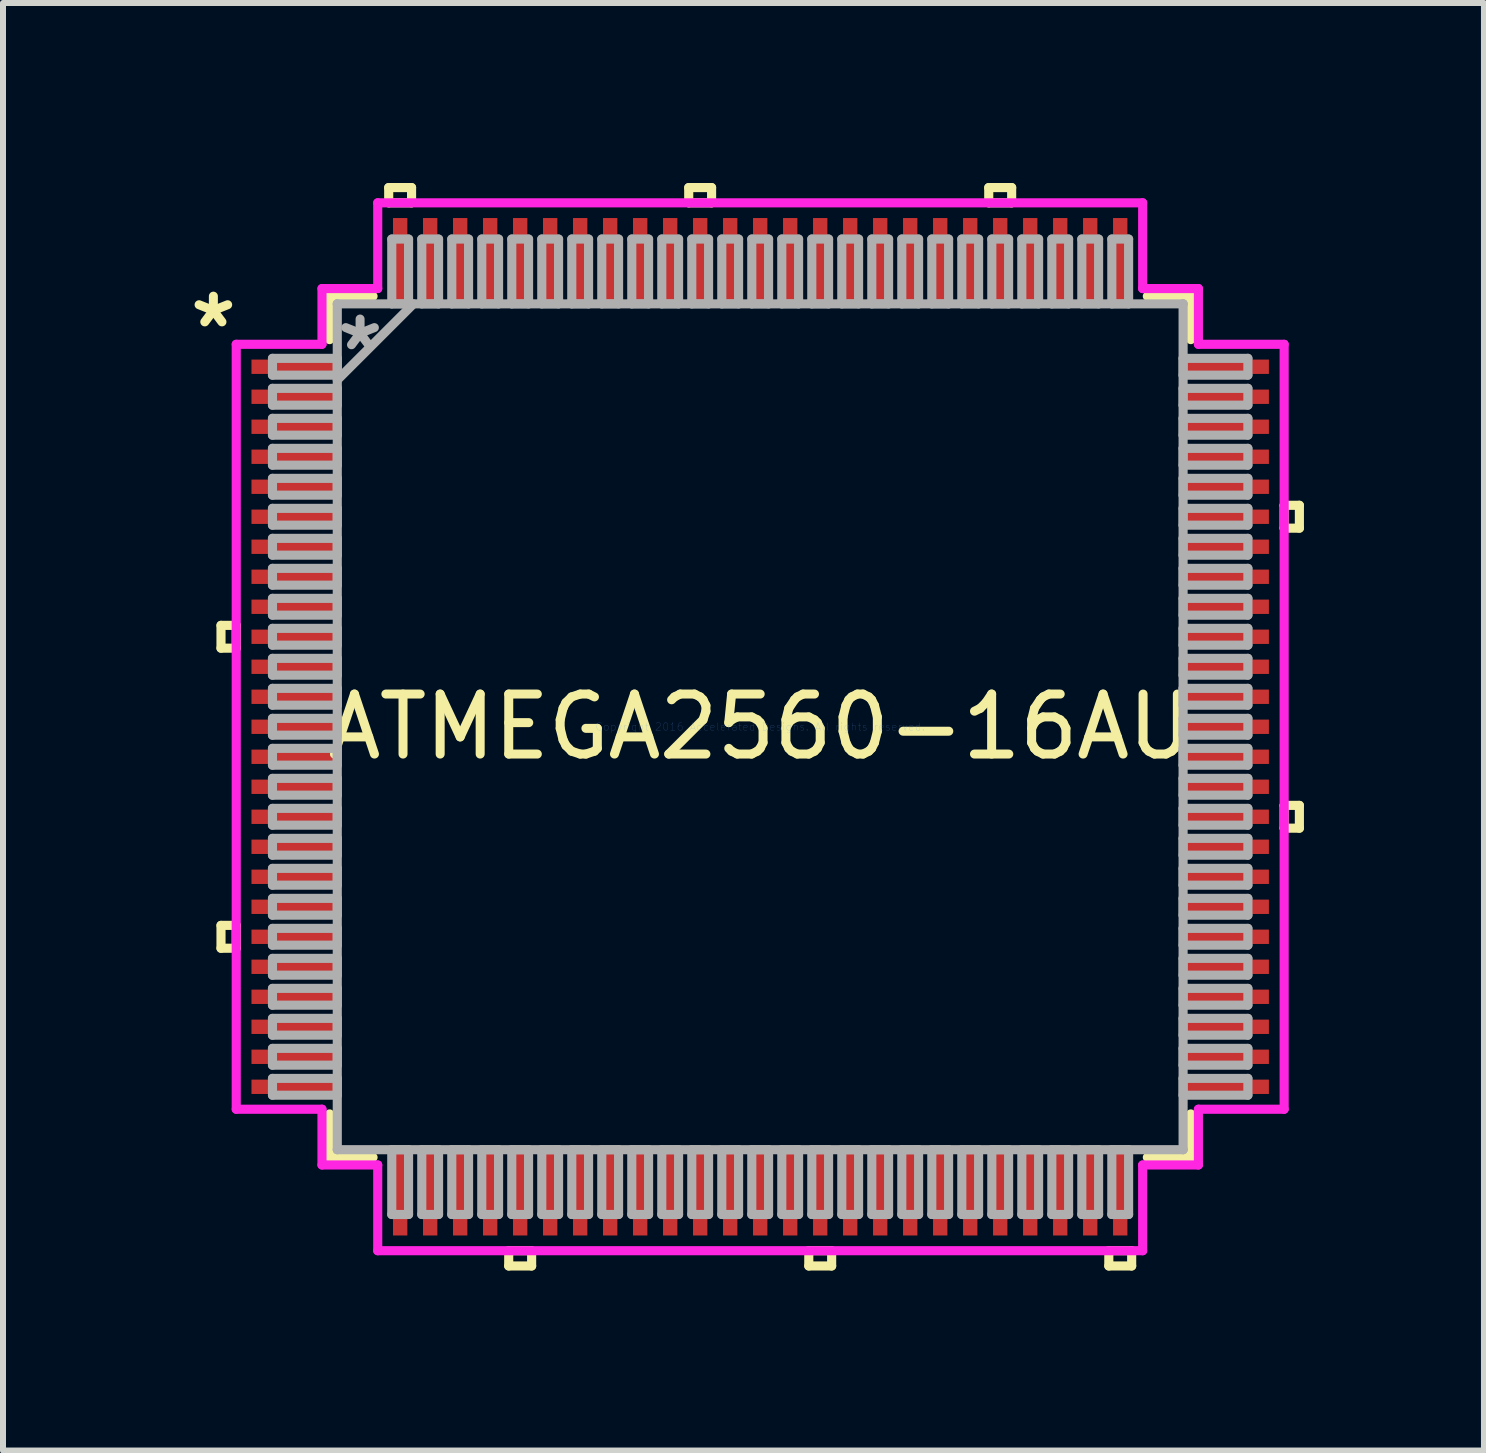
<source format=kicad_pcb>
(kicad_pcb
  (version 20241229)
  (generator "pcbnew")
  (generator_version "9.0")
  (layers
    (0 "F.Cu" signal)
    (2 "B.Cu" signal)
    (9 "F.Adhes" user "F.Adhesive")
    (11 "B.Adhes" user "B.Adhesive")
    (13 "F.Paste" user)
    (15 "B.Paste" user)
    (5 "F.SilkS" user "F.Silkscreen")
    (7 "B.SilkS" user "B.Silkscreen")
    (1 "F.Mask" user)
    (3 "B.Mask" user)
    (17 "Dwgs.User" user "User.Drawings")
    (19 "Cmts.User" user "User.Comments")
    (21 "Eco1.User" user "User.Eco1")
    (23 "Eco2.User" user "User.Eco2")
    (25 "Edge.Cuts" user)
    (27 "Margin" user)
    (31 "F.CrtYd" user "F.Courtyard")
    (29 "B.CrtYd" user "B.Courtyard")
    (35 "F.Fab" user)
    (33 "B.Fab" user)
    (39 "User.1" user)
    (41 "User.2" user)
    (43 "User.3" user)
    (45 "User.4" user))
  (footprint "ATMEGA2560-16AU"
    (layer "F.Cu")
    (at 9.619 9.062)
    (property "Reference" "ATMEGA2560-16AU" (at 0 0 0) (layer "F.SilkS") (effects (font (size 1 1) (thickness 0.15))))
    (attr through_hole)
    (fp_line (start -8.986 -1.69) (end -8.986 -1.31) (stroke (width 0.152) (type solid)) (layer "F.SilkS"))
    (fp_line (start -8.986 -1.31) (end -8.732 -1.31) (stroke (width 0.152) (type solid)) (layer "F.SilkS"))
    (fp_line (start -8.986 3.31) (end -8.986 3.691) (stroke (width 0.152) (type solid)) (layer "F.SilkS"))
    (fp_line (start -8.986 3.691) (end -8.732 3.691) (stroke (width 0.152) (type solid)) (layer "F.SilkS"))
    (fp_line (start -8.732 -1.69) (end -8.986 -1.69) (stroke (width 0.152) (type solid)) (layer "F.SilkS"))
    (fp_line (start -8.732 -1.31) (end -8.732 -1.69) (stroke (width 0.152) (type solid)) (layer "F.SilkS"))
    (fp_line (start -8.732 3.31) (end -8.986 3.31) (stroke (width 0.152) (type solid)) (layer "F.SilkS"))
    (fp_line (start -8.732 3.691) (end -8.732 3.31) (stroke (width 0.152) (type solid)) (layer "F.SilkS"))
    (fp_line (start -7.176 -7.176) (end -7.176 -6.452) (stroke (width 0.152) (type solid)) (layer "F.SilkS"))
    (fp_line (start -7.176 6.452) (end -7.176 7.176) (stroke (width 0.152) (type solid)) (layer "F.SilkS"))
    (fp_line (start -7.176 7.176) (end -6.452 7.176) (stroke (width 0.152) (type solid)) (layer "F.SilkS"))
    (fp_line (start -6.452 -7.176) (end -7.176 -7.176) (stroke (width 0.152) (type solid)) (layer "F.SilkS"))
    (fp_line (start -6.191 -8.986) (end -5.81 -8.986) (stroke (width 0.152) (type solid)) (layer "F.SilkS"))
    (fp_line (start -6.191 -8.732) (end -6.191 -8.986) (stroke (width 0.152) (type solid)) (layer "F.SilkS"))
    (fp_line (start -5.81 -8.986) (end -5.81 -8.732) (stroke (width 0.152) (type solid)) (layer "F.SilkS"))
    (fp_line (start -5.81 -8.732) (end -6.191 -8.732) (stroke (width 0.152) (type solid)) (layer "F.SilkS"))
    (fp_line (start -4.191 8.732) (end -4.191 8.986) (stroke (width 0.152) (type solid)) (layer "F.SilkS"))
    (fp_line (start -4.191 8.986) (end -3.809 8.986) (stroke (width 0.152) (type solid)) (layer "F.SilkS"))
    (fp_line (start -3.809 8.732) (end -4.191 8.732) (stroke (width 0.152) (type solid)) (layer "F.SilkS"))
    (fp_line (start -3.809 8.986) (end -3.809 8.732) (stroke (width 0.152) (type solid)) (layer "F.SilkS"))
    (fp_line (start -1.191 -8.986) (end -0.81 -8.986) (stroke (width 0.152) (type solid)) (layer "F.SilkS"))
    (fp_line (start -1.191 -8.732) (end -1.191 -8.986) (stroke (width 0.152) (type solid)) (layer "F.SilkS"))
    (fp_line (start -0.81 -8.986) (end -0.81 -8.732) (stroke (width 0.152) (type solid)) (layer "F.SilkS"))
    (fp_line (start -0.81 -8.732) (end -1.191 -8.732) (stroke (width 0.152) (type solid)) (layer "F.SilkS"))
    (fp_line (start 0.81 8.732) (end 0.81 8.986) (stroke (width 0.152) (type solid)) (layer "F.SilkS"))
    (fp_line (start 0.81 8.986) (end 1.191 8.986) (stroke (width 0.152) (type solid)) (layer "F.SilkS"))
    (fp_line (start 1.191 8.732) (end 0.81 8.732) (stroke (width 0.152) (type solid)) (layer "F.SilkS"))
    (fp_line (start 1.191 8.986) (end 1.191 8.732) (stroke (width 0.152) (type solid)) (layer "F.SilkS"))
    (fp_line (start 3.809 -8.986) (end 4.191 -8.986) (stroke (width 0.152) (type solid)) (layer "F.SilkS"))
    (fp_line (start 3.809 -8.732) (end 3.809 -8.986) (stroke (width 0.152) (type solid)) (layer "F.SilkS"))
    (fp_line (start 4.191 -8.986) (end 4.191 -8.732) (stroke (width 0.152) (type solid)) (layer "F.SilkS"))
    (fp_line (start 4.191 -8.732) (end 3.809 -8.732) (stroke (width 0.152) (type solid)) (layer "F.SilkS"))
    (fp_line (start 5.81 8.732) (end 5.81 8.986) (stroke (width 0.152) (type solid)) (layer "F.SilkS"))
    (fp_line (start 5.81 8.986) (end 6.191 8.986) (stroke (width 0.152) (type solid)) (layer "F.SilkS"))
    (fp_line (start 6.191 8.732) (end 5.81 8.732) (stroke (width 0.152) (type solid)) (layer "F.SilkS"))
    (fp_line (start 6.191 8.986) (end 6.191 8.732) (stroke (width 0.152) (type solid)) (layer "F.SilkS"))
    (fp_line (start 6.452 7.176) (end 7.176 7.176) (stroke (width 0.152) (type solid)) (layer "F.SilkS"))
    (fp_line (start 7.176 -7.176) (end 6.452 -7.176) (stroke (width 0.152) (type solid)) (layer "F.SilkS"))
    (fp_line (start 7.176 -6.452) (end 7.176 -7.176) (stroke (width 0.152) (type solid)) (layer "F.SilkS"))
    (fp_line (start 7.176 7.176) (end 7.176 6.452) (stroke (width 0.152) (type solid)) (layer "F.SilkS"))
    (fp_line (start 8.732 -3.691) (end 8.986 -3.691) (stroke (width 0.152) (type solid)) (layer "F.SilkS"))
    (fp_line (start 8.732 -3.31) (end 8.732 -3.691) (stroke (width 0.152) (type solid)) (layer "F.SilkS"))
    (fp_line (start 8.732 1.31) (end 8.986 1.31) (stroke (width 0.152) (type solid)) (layer "F.SilkS"))
    (fp_line (start 8.732 1.69) (end 8.732 1.31) (stroke (width 0.152) (type solid)) (layer "F.SilkS"))
    (fp_line (start 8.986 -3.691) (end 8.986 -3.31) (stroke (width 0.152) (type solid)) (layer "F.SilkS"))
    (fp_line (start 8.986 -3.31) (end 8.732 -3.31) (stroke (width 0.152) (type solid)) (layer "F.SilkS"))
    (fp_line (start 8.986 1.31) (end 8.986 1.69) (stroke (width 0.152) (type solid)) (layer "F.SilkS"))
    (fp_line (start 8.986 1.69) (end 8.732 1.69) (stroke (width 0.152) (type solid)) (layer "F.SilkS"))
    (fp_line (start -8.732 -6.374) (end -7.303 -6.374) (stroke (width 0.152) (type solid)) (layer "F.CrtYd"))
    (fp_line (start -8.732 6.374) (end -8.732 -6.374) (stroke (width 0.152) (type solid)) (layer "F.CrtYd"))
    (fp_line (start -7.303 -7.303) (end -6.374 -7.303) (stroke (width 0.152) (type solid)) (layer "F.CrtYd"))
    (fp_line (start -7.303 -6.374) (end -7.303 -7.303) (stroke (width 0.152) (type solid)) (layer "F.CrtYd"))
    (fp_line (start -7.303 6.374) (end -8.732 6.374) (stroke (width 0.152) (type solid)) (layer "F.CrtYd"))
    (fp_line (start -7.303 7.303) (end -7.303 6.374) (stroke (width 0.152) (type solid)) (layer "F.CrtYd"))
    (fp_line (start -6.374 -8.732) (end 6.374 -8.732) (stroke (width 0.152) (type solid)) (layer "F.CrtYd"))
    (fp_line (start -6.374 -7.303) (end -6.374 -8.732) (stroke (width 0.152) (type solid)) (layer "F.CrtYd"))
    (fp_line (start -6.374 7.303) (end -7.303 7.303) (stroke (width 0.152) (type solid)) (layer "F.CrtYd"))
    (fp_line (start -6.374 8.732) (end -6.374 7.303) (stroke (width 0.152) (type solid)) (layer "F.CrtYd"))
    (fp_line (start 6.374 -8.732) (end 6.374 -7.303) (stroke (width 0.152) (type solid)) (layer "F.CrtYd"))
    (fp_line (start 6.374 -7.303) (end 7.303 -7.303) (stroke (width 0.152) (type solid)) (layer "F.CrtYd"))
    (fp_line (start 6.374 7.303) (end 6.374 8.732) (stroke (width 0.152) (type solid)) (layer "F.CrtYd"))
    (fp_line (start 6.374 8.732) (end -6.374 8.732) (stroke (width 0.152) (type solid)) (layer "F.CrtYd"))
    (fp_line (start 7.303 -7.303) (end 7.303 -6.374) (stroke (width 0.152) (type solid)) (layer "F.CrtYd"))
    (fp_line (start 7.303 -6.374) (end 8.732 -6.374) (stroke (width 0.152) (type solid)) (layer "F.CrtYd"))
    (fp_line (start 7.303 6.374) (end 7.303 7.303) (stroke (width 0.152) (type solid)) (layer "F.CrtYd"))
    (fp_line (start 7.303 7.303) (end 6.374 7.303) (stroke (width 0.152) (type solid)) (layer "F.CrtYd"))
    (fp_line (start 8.732 -6.374) (end 8.732 6.374) (stroke (width 0.152) (type solid)) (layer "F.CrtYd"))
    (fp_line (start 8.732 6.374) (end 7.303 6.374) (stroke (width 0.152) (type solid)) (layer "F.CrtYd"))
    (fp_line (start -8.128 -6.14) (end -8.128 -5.86) (stroke (width 0.152) (type solid)) (layer "F.Fab"))
    (fp_line (start -8.128 -5.86) (end -7.048 -5.86) (stroke (width 0.152) (type solid)) (layer "F.Fab"))
    (fp_line (start -8.128 -5.64) (end -8.128 -5.36) (stroke (width 0.152) (type solid)) (layer "F.Fab"))
    (fp_line (start -8.128 -5.36) (end -7.048 -5.36) (stroke (width 0.152) (type solid)) (layer "F.Fab"))
    (fp_line (start -8.128 -5.14) (end -8.128 -4.86) (stroke (width 0.152) (type solid)) (layer "F.Fab"))
    (fp_line (start -8.128 -4.86) (end -7.048 -4.86) (stroke (width 0.152) (type solid)) (layer "F.Fab"))
    (fp_line (start -8.128 -4.64) (end -8.128 -4.36) (stroke (width 0.152) (type solid)) (layer "F.Fab"))
    (fp_line (start -8.128 -4.36) (end -7.048 -4.36) (stroke (width 0.152) (type solid)) (layer "F.Fab"))
    (fp_line (start -8.128 -4.14) (end -8.128 -3.86) (stroke (width 0.152) (type solid)) (layer "F.Fab"))
    (fp_line (start -8.128 -3.86) (end -7.048 -3.86) (stroke (width 0.152) (type solid)) (layer "F.Fab"))
    (fp_line (start -8.128 -3.64) (end -8.128 -3.36) (stroke (width 0.152) (type solid)) (layer "F.Fab"))
    (fp_line (start -8.128 -3.36) (end -7.048 -3.36) (stroke (width 0.152) (type solid)) (layer "F.Fab"))
    (fp_line (start -8.128 -3.14) (end -8.128 -2.86) (stroke (width 0.152) (type solid)) (layer "F.Fab"))
    (fp_line (start -8.128 -2.86) (end -7.048 -2.86) (stroke (width 0.152) (type solid)) (layer "F.Fab"))
    (fp_line (start -8.128 -2.64) (end -8.128 -2.36) (stroke (width 0.152) (type solid)) (layer "F.Fab"))
    (fp_line (start -8.128 -2.36) (end -7.048 -2.36) (stroke (width 0.152) (type solid)) (layer "F.Fab"))
    (fp_line (start -8.128 -2.14) (end -8.128 -1.86) (stroke (width 0.152) (type solid)) (layer "F.Fab"))
    (fp_line (start -8.128 -1.86) (end -7.048 -1.86) (stroke (width 0.152) (type solid)) (layer "F.Fab"))
    (fp_line (start -8.128 -1.64) (end -8.128 -1.36) (stroke (width 0.152) (type solid)) (layer "F.Fab"))
    (fp_line (start -8.128 -1.36) (end -7.048 -1.36) (stroke (width 0.152) (type solid)) (layer "F.Fab"))
    (fp_line (start -8.128 -1.14) (end -8.128 -0.86) (stroke (width 0.152) (type solid)) (layer "F.Fab"))
    (fp_line (start -8.128 -0.86) (end -7.048 -0.86) (stroke (width 0.152) (type solid)) (layer "F.Fab"))
    (fp_line (start -8.128 -0.64) (end -8.128 -0.36) (stroke (width 0.152) (type solid)) (layer "F.Fab"))
    (fp_line (start -8.128 -0.36) (end -7.048 -0.36) (stroke (width 0.152) (type solid)) (layer "F.Fab"))
    (fp_line (start -8.128 -0.14) (end -8.128 0.14) (stroke (width 0.152) (type solid)) (layer "F.Fab"))
    (fp_line (start -8.128 0.14) (end -7.048 0.14) (stroke (width 0.152) (type solid)) (layer "F.Fab"))
    (fp_line (start -8.128 0.36) (end -8.128 0.64) (stroke (width 0.152) (type solid)) (layer "F.Fab"))
    (fp_line (start -8.128 0.64) (end -7.048 0.64) (stroke (width 0.152) (type solid)) (layer "F.Fab"))
    (fp_line (start -8.128 0.86) (end -8.128 1.14) (stroke (width 0.152) (type solid)) (layer "F.Fab"))
    (fp_line (start -8.128 1.14) (end -7.048 1.14) (stroke (width 0.152) (type solid)) (layer "F.Fab"))
    (fp_line (start -8.128 1.36) (end -8.128 1.64) (stroke (width 0.152) (type solid)) (layer "F.Fab"))
    (fp_line (start -8.128 1.64) (end -7.048 1.64) (stroke (width 0.152) (type solid)) (layer "F.Fab"))
    (fp_line (start -8.128 1.86) (end -8.128 2.14) (stroke (width 0.152) (type solid)) (layer "F.Fab"))
    (fp_line (start -8.128 2.14) (end -7.048 2.14) (stroke (width 0.152) (type solid)) (layer "F.Fab"))
    (fp_line (start -8.128 2.36) (end -8.128 2.64) (stroke (width 0.152) (type solid)) (layer "F.Fab"))
    (fp_line (start -8.128 2.64) (end -7.048 2.64) (stroke (width 0.152) (type solid)) (layer "F.Fab"))
    (fp_line (start -8.128 2.86) (end -8.128 3.14) (stroke (width 0.152) (type solid)) (layer "F.Fab"))
    (fp_line (start -8.128 3.14) (end -7.048 3.14) (stroke (width 0.152) (type solid)) (layer "F.Fab"))
    (fp_line (start -8.128 3.36) (end -8.128 3.64) (stroke (width 0.152) (type solid)) (layer "F.Fab"))
    (fp_line (start -8.128 3.64) (end -7.048 3.64) (stroke (width 0.152) (type solid)) (layer "F.Fab"))
    (fp_line (start -8.128 3.86) (end -8.128 4.14) (stroke (width 0.152) (type solid)) (layer "F.Fab"))
    (fp_line (start -8.128 4.14) (end -7.048 4.14) (stroke (width 0.152) (type solid)) (layer "F.Fab"))
    (fp_line (start -8.128 4.36) (end -8.128 4.64) (stroke (width 0.152) (type solid)) (layer "F.Fab"))
    (fp_line (start -8.128 4.64) (end -7.048 4.64) (stroke (width 0.152) (type solid)) (layer "F.Fab"))
    (fp_line (start -8.128 4.86) (end -8.128 5.14) (stroke (width 0.152) (type solid)) (layer "F.Fab"))
    (fp_line (start -8.128 5.14) (end -7.048 5.14) (stroke (width 0.152) (type solid)) (layer "F.Fab"))
    (fp_line (start -8.128 5.36) (end -8.128 5.64) (stroke (width 0.152) (type solid)) (layer "F.Fab"))
    (fp_line (start -8.128 5.64) (end -7.048 5.64) (stroke (width 0.152) (type solid)) (layer "F.Fab"))
    (fp_line (start -8.128 5.86) (end -8.128 6.14) (stroke (width 0.152) (type solid)) (layer "F.Fab"))
    (fp_line (start -8.128 6.14) (end -7.048 6.14) (stroke (width 0.152) (type solid)) (layer "F.Fab"))
    (fp_line (start -7.048 -7.048) (end -7.048 -7.048) (stroke (width 0.152) (type solid)) (layer "F.Fab"))
    (fp_line (start -7.048 -7.048) (end -7.048 7.048) (stroke (width 0.152) (type solid)) (layer "F.Fab"))
    (fp_line (start -7.048 -6.14) (end -8.128 -6.14) (stroke (width 0.152) (type solid)) (layer "F.Fab"))
    (fp_line (start -7.048 -5.86) (end -7.048 -6.14) (stroke (width 0.152) (type solid)) (layer "F.Fab"))
    (fp_line (start -7.048 -5.779) (end -5.779 -7.048) (stroke (width 0.152) (type solid)) (layer "F.Fab"))
    (fp_line (start -7.048 -5.64) (end -8.128 -5.64) (stroke (width 0.152) (type solid)) (layer "F.Fab"))
    (fp_line (start -7.048 -5.36) (end -7.048 -5.64) (stroke (width 0.152) (type solid)) (layer "F.Fab"))
    (fp_line (start -7.048 -5.14) (end -8.128 -5.14) (stroke (width 0.152) (type solid)) (layer "F.Fab"))
    (fp_line (start -7.048 -4.86) (end -7.048 -5.14) (stroke (width 0.152) (type solid)) (layer "F.Fab"))
    (fp_line (start -7.048 -4.64) (end -8.128 -4.64) (stroke (width 0.152) (type solid)) (layer "F.Fab"))
    (fp_line (start -7.048 -4.36) (end -7.048 -4.64) (stroke (width 0.152) (type solid)) (layer "F.Fab"))
    (fp_line (start -7.048 -4.14) (end -8.128 -4.14) (stroke (width 0.152) (type solid)) (layer "F.Fab"))
    (fp_line (start -7.048 -3.86) (end -7.048 -4.14) (stroke (width 0.152) (type solid)) (layer "F.Fab"))
    (fp_line (start -7.048 -3.64) (end -8.128 -3.64) (stroke (width 0.152) (type solid)) (layer "F.Fab"))
    (fp_line (start -7.048 -3.36) (end -7.048 -3.64) (stroke (width 0.152) (type solid)) (layer "F.Fab"))
    (fp_line (start -7.048 -3.14) (end -8.128 -3.14) (stroke (width 0.152) (type solid)) (layer "F.Fab"))
    (fp_line (start -7.048 -2.86) (end -7.048 -3.14) (stroke (width 0.152) (type solid)) (layer "F.Fab"))
    (fp_line (start -7.048 -2.64) (end -8.128 -2.64) (stroke (width 0.152) (type solid)) (layer "F.Fab"))
    (fp_line (start -7.048 -2.36) (end -7.048 -2.64) (stroke (width 0.152) (type solid)) (layer "F.Fab"))
    (fp_line (start -7.048 -2.14) (end -8.128 -2.14) (stroke (width 0.152) (type solid)) (layer "F.Fab"))
    (fp_line (start -7.048 -1.86) (end -7.048 -2.14) (stroke (width 0.152) (type solid)) (layer "F.Fab"))
    (fp_line (start -7.048 -1.64) (end -8.128 -1.64) (stroke (width 0.152) (type solid)) (layer "F.Fab"))
    (fp_line (start -7.048 -1.36) (end -7.048 -1.64) (stroke (width 0.152) (type solid)) (layer "F.Fab"))
    (fp_line (start -7.048 -1.14) (end -8.128 -1.14) (stroke (width 0.152) (type solid)) (layer "F.Fab"))
    (fp_line (start -7.048 -0.86) (end -7.048 -1.14) (stroke (width 0.152) (type solid)) (layer "F.Fab"))
    (fp_line (start -7.048 -0.64) (end -8.128 -0.64) (stroke (width 0.152) (type solid)) (layer "F.Fab"))
    (fp_line (start -7.048 -0.36) (end -7.048 -0.64) (stroke (width 0.152) (type solid)) (layer "F.Fab"))
    (fp_line (start -7.048 -0.14) (end -8.128 -0.14) (stroke (width 0.152) (type solid)) (layer "F.Fab"))
    (fp_line (start -7.048 0.14) (end -7.048 -0.14) (stroke (width 0.152) (type solid)) (layer "F.Fab"))
    (fp_line (start -7.048 0.36) (end -8.128 0.36) (stroke (width 0.152) (type solid)) (layer "F.Fab"))
    (fp_line (start -7.048 0.64) (end -7.048 0.36) (stroke (width 0.152) (type solid)) (layer "F.Fab"))
    (fp_line (start -7.048 0.86) (end -8.128 0.86) (stroke (width 0.152) (type solid)) (layer "F.Fab"))
    (fp_line (start -7.048 1.14) (end -7.048 0.86) (stroke (width 0.152) (type solid)) (layer "F.Fab"))
    (fp_line (start -7.048 1.36) (end -8.128 1.36) (stroke (width 0.152) (type solid)) (layer "F.Fab"))
    (fp_line (start -7.048 1.64) (end -7.048 1.36) (stroke (width 0.152) (type solid)) (layer "F.Fab"))
    (fp_line (start -7.048 1.86) (end -8.128 1.86) (stroke (width 0.152) (type solid)) (layer "F.Fab"))
    (fp_line (start -7.048 2.14) (end -7.048 1.86) (stroke (width 0.152) (type solid)) (layer "F.Fab"))
    (fp_line (start -7.048 2.36) (end -8.128 2.36) (stroke (width 0.152) (type solid)) (layer "F.Fab"))
    (fp_line (start -7.048 2.64) (end -7.048 2.36) (stroke (width 0.152) (type solid)) (layer "F.Fab"))
    (fp_line (start -7.048 2.86) (end -8.128 2.86) (stroke (width 0.152) (type solid)) (layer "F.Fab"))
    (fp_line (start -7.048 3.14) (end -7.048 2.86) (stroke (width 0.152) (type solid)) (layer "F.Fab"))
    (fp_line (start -7.048 3.36) (end -8.128 3.36) (stroke (width 0.152) (type solid)) (layer "F.Fab"))
    (fp_line (start -7.048 3.64) (end -7.048 3.36) (stroke (width 0.152) (type solid)) (layer "F.Fab"))
    (fp_line (start -7.048 3.86) (end -8.128 3.86) (stroke (width 0.152) (type solid)) (layer "F.Fab"))
    (fp_line (start -7.048 4.14) (end -7.048 3.86) (stroke (width 0.152) (type solid)) (layer "F.Fab"))
    (fp_line (start -7.048 4.36) (end -8.128 4.36) (stroke (width 0.152) (type solid)) (layer "F.Fab"))
    (fp_line (start -7.048 4.64) (end -7.048 4.36) (stroke (width 0.152) (type solid)) (layer "F.Fab"))
    (fp_line (start -7.048 4.86) (end -8.128 4.86) (stroke (width 0.152) (type solid)) (layer "F.Fab"))
    (fp_line (start -7.048 5.14) (end -7.048 4.86) (stroke (width 0.152) (type solid)) (layer "F.Fab"))
    (fp_line (start -7.048 5.36) (end -8.128 5.36) (stroke (width 0.152) (type solid)) (layer "F.Fab"))
    (fp_line (start -7.048 5.64) (end -7.048 5.36) (stroke (width 0.152) (type solid)) (layer "F.Fab"))
    (fp_line (start -7.048 5.86) (end -8.128 5.86) (stroke (width 0.152) (type solid)) (layer "F.Fab"))
    (fp_line (start -7.048 6.14) (end -7.048 5.86) (stroke (width 0.152) (type solid)) (layer "F.Fab"))
    (fp_line (start -7.048 7.048) (end -7.048 7.048) (stroke (width 0.152) (type solid)) (layer "F.Fab"))
    (fp_line (start -7.048 7.048) (end 7.048 7.048) (stroke (width 0.152) (type solid)) (layer "F.Fab"))
    (fp_line (start -6.14 -8.128) (end -6.14 -7.048) (stroke (width 0.152) (type solid)) (layer "F.Fab"))
    (fp_line (start -6.14 -7.048) (end -5.86 -7.048) (stroke (width 0.152) (type solid)) (layer "F.Fab"))
    (fp_line (start -6.14 7.048) (end -6.14 8.128) (stroke (width 0.152) (type solid)) (layer "F.Fab"))
    (fp_line (start -6.14 8.128) (end -5.86 8.128) (stroke (width 0.152) (type solid)) (layer "F.Fab"))
    (fp_line (start -5.86 -8.128) (end -6.14 -8.128) (stroke (width 0.152) (type solid)) (layer "F.Fab"))
    (fp_line (start -5.86 -7.048) (end -5.86 -8.128) (stroke (width 0.152) (type solid)) (layer "F.Fab"))
    (fp_line (start -5.86 7.048) (end -6.14 7.048) (stroke (width 0.152) (type solid)) (layer "F.Fab"))
    (fp_line (start -5.86 8.128) (end -5.86 7.048) (stroke (width 0.152) (type solid)) (layer "F.Fab"))
    (fp_line (start -5.64 -8.128) (end -5.64 -7.048) (stroke (width 0.152) (type solid)) (layer "F.Fab"))
    (fp_line (start -5.64 -7.048) (end -5.36 -7.048) (stroke (width 0.152) (type solid)) (layer "F.Fab"))
    (fp_line (start -5.64 7.048) (end -5.64 8.128) (stroke (width 0.152) (type solid)) (layer "F.Fab"))
    (fp_line (start -5.64 8.128) (end -5.36 8.128) (stroke (width 0.152) (type solid)) (layer "F.Fab"))
    (fp_line (start -5.36 -8.128) (end -5.64 -8.128) (stroke (width 0.152) (type solid)) (layer "F.Fab"))
    (fp_line (start -5.36 -7.048) (end -5.36 -8.128) (stroke (width 0.152) (type solid)) (layer "F.Fab"))
    (fp_line (start -5.36 7.048) (end -5.64 7.048) (stroke (width 0.152) (type solid)) (layer "F.Fab"))
    (fp_line (start -5.36 8.128) (end -5.36 7.048) (stroke (width 0.152) (type solid)) (layer "F.Fab"))
    (fp_line (start -5.14 -8.128) (end -5.14 -7.048) (stroke (width 0.152) (type solid)) (layer "F.Fab"))
    (fp_line (start -5.14 -7.048) (end -4.86 -7.048) (stroke (width 0.152) (type solid)) (layer "F.Fab"))
    (fp_line (start -5.14 7.048) (end -5.14 8.128) (stroke (width 0.152) (type solid)) (layer "F.Fab"))
    (fp_line (start -5.14 8.128) (end -4.86 8.128) (stroke (width 0.152) (type solid)) (layer "F.Fab"))
    (fp_line (start -4.86 -8.128) (end -5.14 -8.128) (stroke (width 0.152) (type solid)) (layer "F.Fab"))
    (fp_line (start -4.86 -7.048) (end -4.86 -8.128) (stroke (width 0.152) (type solid)) (layer "F.Fab"))
    (fp_line (start -4.86 7.048) (end -5.14 7.048) (stroke (width 0.152) (type solid)) (layer "F.Fab"))
    (fp_line (start -4.86 8.128) (end -4.86 7.048) (stroke (width 0.152) (type solid)) (layer "F.Fab"))
    (fp_line (start -4.64 -8.128) (end -4.64 -7.048) (stroke (width 0.152) (type solid)) (layer "F.Fab"))
    (fp_line (start -4.64 -7.048) (end -4.36 -7.048) (stroke (width 0.152) (type solid)) (layer "F.Fab"))
    (fp_line (start -4.64 7.048) (end -4.64 8.128) (stroke (width 0.152) (type solid)) (layer "F.Fab"))
    (fp_line (start -4.64 8.128) (end -4.36 8.128) (stroke (width 0.152) (type solid)) (layer "F.Fab"))
    (fp_line (start -4.36 -8.128) (end -4.64 -8.128) (stroke (width 0.152) (type solid)) (layer "F.Fab"))
    (fp_line (start -4.36 -7.048) (end -4.36 -8.128) (stroke (width 0.152) (type solid)) (layer "F.Fab"))
    (fp_line (start -4.36 7.048) (end -4.64 7.048) (stroke (width 0.152) (type solid)) (layer "F.Fab"))
    (fp_line (start -4.36 8.128) (end -4.36 7.048) (stroke (width 0.152) (type solid)) (layer "F.Fab"))
    (fp_line (start -4.14 -8.128) (end -4.14 -7.048) (stroke (width 0.152) (type solid)) (layer "F.Fab"))
    (fp_line (start -4.14 -7.048) (end -3.86 -7.048) (stroke (width 0.152) (type solid)) (layer "F.Fab"))
    (fp_line (start -4.14 7.048) (end -4.14 8.128) (stroke (width 0.152) (type solid)) (layer "F.Fab"))
    (fp_line (start -4.14 8.128) (end -3.86 8.128) (stroke (width 0.152) (type solid)) (layer "F.Fab"))
    (fp_line (start -3.86 -8.128) (end -4.14 -8.128) (stroke (width 0.152) (type solid)) (layer "F.Fab"))
    (fp_line (start -3.86 -7.048) (end -3.86 -8.128) (stroke (width 0.152) (type solid)) (layer "F.Fab"))
    (fp_line (start -3.86 7.048) (end -4.14 7.048) (stroke (width 0.152) (type solid)) (layer "F.Fab"))
    (fp_line (start -3.86 8.128) (end -3.86 7.048) (stroke (width 0.152) (type solid)) (layer "F.Fab"))
    (fp_line (start -3.64 -8.128) (end -3.64 -7.048) (stroke (width 0.152) (type solid)) (layer "F.Fab"))
    (fp_line (start -3.64 -7.048) (end -3.36 -7.048) (stroke (width 0.152) (type solid)) (layer "F.Fab"))
    (fp_line (start -3.64 7.048) (end -3.64 8.128) (stroke (width 0.152) (type solid)) (layer "F.Fab"))
    (fp_line (start -3.64 8.128) (end -3.36 8.128) (stroke (width 0.152) (type solid)) (layer "F.Fab"))
    (fp_line (start -3.36 -8.128) (end -3.64 -8.128) (stroke (width 0.152) (type solid)) (layer "F.Fab"))
    (fp_line (start -3.36 -7.048) (end -3.36 -8.128) (stroke (width 0.152) (type solid)) (layer "F.Fab"))
    (fp_line (start -3.36 7.048) (end -3.64 7.048) (stroke (width 0.152) (type solid)) (layer "F.Fab"))
    (fp_line (start -3.36 8.128) (end -3.36 7.048) (stroke (width 0.152) (type solid)) (layer "F.Fab"))
    (fp_line (start -3.14 -8.128) (end -3.14 -7.048) (stroke (width 0.152) (type solid)) (layer "F.Fab"))
    (fp_line (start -3.14 -7.048) (end -2.86 -7.048) (stroke (width 0.152) (type solid)) (layer "F.Fab"))
    (fp_line (start -3.14 7.048) (end -3.14 8.128) (stroke (width 0.152) (type solid)) (layer "F.Fab"))
    (fp_line (start -3.14 8.128) (end -2.86 8.128) (stroke (width 0.152) (type solid)) (layer "F.Fab"))
    (fp_line (start -2.86 -8.128) (end -3.14 -8.128) (stroke (width 0.152) (type solid)) (layer "F.Fab"))
    (fp_line (start -2.86 -7.048) (end -2.86 -8.128) (stroke (width 0.152) (type solid)) (layer "F.Fab"))
    (fp_line (start -2.86 7.048) (end -3.14 7.048) (stroke (width 0.152) (type solid)) (layer "F.Fab"))
    (fp_line (start -2.86 8.128) (end -2.86 7.048) (stroke (width 0.152) (type solid)) (layer "F.Fab"))
    (fp_line (start -2.64 -8.128) (end -2.64 -7.048) (stroke (width 0.152) (type solid)) (layer "F.Fab"))
    (fp_line (start -2.64 -7.048) (end -2.36 -7.048) (stroke (width 0.152) (type solid)) (layer "F.Fab"))
    (fp_line (start -2.64 7.048) (end -2.64 8.128) (stroke (width 0.152) (type solid)) (layer "F.Fab"))
    (fp_line (start -2.64 8.128) (end -2.36 8.128) (stroke (width 0.152) (type solid)) (layer "F.Fab"))
    (fp_line (start -2.36 -8.128) (end -2.64 -8.128) (stroke (width 0.152) (type solid)) (layer "F.Fab"))
    (fp_line (start -2.36 -7.048) (end -2.36 -8.128) (stroke (width 0.152) (type solid)) (layer "F.Fab"))
    (fp_line (start -2.36 7.048) (end -2.64 7.048) (stroke (width 0.152) (type solid)) (layer "F.Fab"))
    (fp_line (start -2.36 8.128) (end -2.36 7.048) (stroke (width 0.152) (type solid)) (layer "F.Fab"))
    (fp_line (start -2.14 -8.128) (end -2.14 -7.048) (stroke (width 0.152) (type solid)) (layer "F.Fab"))
    (fp_line (start -2.14 -7.048) (end -1.86 -7.048) (stroke (width 0.152) (type solid)) (layer "F.Fab"))
    (fp_line (start -2.14 7.048) (end -2.14 8.128) (stroke (width 0.152) (type solid)) (layer "F.Fab"))
    (fp_line (start -2.14 8.128) (end -1.86 8.128) (stroke (width 0.152) (type solid)) (layer "F.Fab"))
    (fp_line (start -1.86 -8.128) (end -2.14 -8.128) (stroke (width 0.152) (type solid)) (layer "F.Fab"))
    (fp_line (start -1.86 -7.048) (end -1.86 -8.128) (stroke (width 0.152) (type solid)) (layer "F.Fab"))
    (fp_line (start -1.86 7.048) (end -2.14 7.048) (stroke (width 0.152) (type solid)) (layer "F.Fab"))
    (fp_line (start -1.86 8.128) (end -1.86 7.048) (stroke (width 0.152) (type solid)) (layer "F.Fab"))
    (fp_line (start -1.64 -8.128) (end -1.64 -7.048) (stroke (width 0.152) (type solid)) (layer "F.Fab"))
    (fp_line (start -1.64 -7.048) (end -1.36 -7.048) (stroke (width 0.152) (type solid)) (layer "F.Fab"))
    (fp_line (start -1.64 7.048) (end -1.64 8.128) (stroke (width 0.152) (type solid)) (layer "F.Fab"))
    (fp_line (start -1.64 8.128) (end -1.36 8.128) (stroke (width 0.152) (type solid)) (layer "F.Fab"))
    (fp_line (start -1.36 -8.128) (end -1.64 -8.128) (stroke (width 0.152) (type solid)) (layer "F.Fab"))
    (fp_line (start -1.36 -7.048) (end -1.36 -8.128) (stroke (width 0.152) (type solid)) (layer "F.Fab"))
    (fp_line (start -1.36 7.048) (end -1.64 7.048) (stroke (width 0.152) (type solid)) (layer "F.Fab"))
    (fp_line (start -1.36 8.128) (end -1.36 7.048) (stroke (width 0.152) (type solid)) (layer "F.Fab"))
    (fp_line (start -1.14 -8.128) (end -1.14 -7.048) (stroke (width 0.152) (type solid)) (layer "F.Fab"))
    (fp_line (start -1.14 -7.048) (end -0.86 -7.048) (stroke (width 0.152) (type solid)) (layer "F.Fab"))
    (fp_line (start -1.14 7.048) (end -1.14 8.128) (stroke (width 0.152) (type solid)) (layer "F.Fab"))
    (fp_line (start -1.14 8.128) (end -0.86 8.128) (stroke (width 0.152) (type solid)) (layer "F.Fab"))
    (fp_line (start -0.86 -8.128) (end -1.14 -8.128) (stroke (width 0.152) (type solid)) (layer "F.Fab"))
    (fp_line (start -0.86 -7.048) (end -0.86 -8.128) (stroke (width 0.152) (type solid)) (layer "F.Fab"))
    (fp_line (start -0.86 7.048) (end -1.14 7.048) (stroke (width 0.152) (type solid)) (layer "F.Fab"))
    (fp_line (start -0.86 8.128) (end -0.86 7.048) (stroke (width 0.152) (type solid)) (layer "F.Fab"))
    (fp_line (start -0.64 -8.128) (end -0.64 -7.048) (stroke (width 0.152) (type solid)) (layer "F.Fab"))
    (fp_line (start -0.64 -7.048) (end -0.36 -7.048) (stroke (width 0.152) (type solid)) (layer "F.Fab"))
    (fp_line (start -0.64 7.048) (end -0.64 8.128) (stroke (width 0.152) (type solid)) (layer "F.Fab"))
    (fp_line (start -0.64 8.128) (end -0.36 8.128) (stroke (width 0.152) (type solid)) (layer "F.Fab"))
    (fp_line (start -0.36 -8.128) (end -0.64 -8.128) (stroke (width 0.152) (type solid)) (layer "F.Fab"))
    (fp_line (start -0.36 -7.048) (end -0.36 -8.128) (stroke (width 0.152) (type solid)) (layer "F.Fab"))
    (fp_line (start -0.36 7.048) (end -0.64 7.048) (stroke (width 0.152) (type solid)) (layer "F.Fab"))
    (fp_line (start -0.36 8.128) (end -0.36 7.048) (stroke (width 0.152) (type solid)) (layer "F.Fab"))
    (fp_line (start -0.14 -8.128) (end -0.14 -7.048) (stroke (width 0.152) (type solid)) (layer "F.Fab"))
    (fp_line (start -0.14 -7.048) (end 0.14 -7.048) (stroke (width 0.152) (type solid)) (layer "F.Fab"))
    (fp_line (start -0.14 7.048) (end -0.14 8.128) (stroke (width 0.152) (type solid)) (layer "F.Fab"))
    (fp_line (start -0.14 8.128) (end 0.14 8.128) (stroke (width 0.152) (type solid)) (layer "F.Fab"))
    (fp_line (start 0.14 -8.128) (end -0.14 -8.128) (stroke (width 0.152) (type solid)) (layer "F.Fab"))
    (fp_line (start 0.14 -7.048) (end 0.14 -8.128) (stroke (width 0.152) (type solid)) (layer "F.Fab"))
    (fp_line (start 0.14 7.048) (end -0.14 7.048) (stroke (width 0.152) (type solid)) (layer "F.Fab"))
    (fp_line (start 0.14 8.128) (end 0.14 7.048) (stroke (width 0.152) (type solid)) (layer "F.Fab"))
    (fp_line (start 0.36 -8.128) (end 0.36 -7.048) (stroke (width 0.152) (type solid)) (layer "F.Fab"))
    (fp_line (start 0.36 -7.048) (end 0.64 -7.048) (stroke (width 0.152) (type solid)) (layer "F.Fab"))
    (fp_line (start 0.36 7.048) (end 0.36 8.128) (stroke (width 0.152) (type solid)) (layer "F.Fab"))
    (fp_line (start 0.36 8.128) (end 0.64 8.128) (stroke (width 0.152) (type solid)) (layer "F.Fab"))
    (fp_line (start 0.64 -8.128) (end 0.36 -8.128) (stroke (width 0.152) (type solid)) (layer "F.Fab"))
    (fp_line (start 0.64 -7.048) (end 0.64 -8.128) (stroke (width 0.152) (type solid)) (layer "F.Fab"))
    (fp_line (start 0.64 7.048) (end 0.36 7.048) (stroke (width 0.152) (type solid)) (layer "F.Fab"))
    (fp_line (start 0.64 8.128) (end 0.64 7.048) (stroke (width 0.152) (type solid)) (layer "F.Fab"))
    (fp_line (start 0.86 -8.128) (end 0.86 -7.048) (stroke (width 0.152) (type solid)) (layer "F.Fab"))
    (fp_line (start 0.86 -7.048) (end 1.14 -7.048) (stroke (width 0.152) (type solid)) (layer "F.Fab"))
    (fp_line (start 0.86 7.048) (end 0.86 8.128) (stroke (width 0.152) (type solid)) (layer "F.Fab"))
    (fp_line (start 0.86 8.128) (end 1.14 8.128) (stroke (width 0.152) (type solid)) (layer "F.Fab"))
    (fp_line (start 1.14 -8.128) (end 0.86 -8.128) (stroke (width 0.152) (type solid)) (layer "F.Fab"))
    (fp_line (start 1.14 -7.048) (end 1.14 -8.128) (stroke (width 0.152) (type solid)) (layer "F.Fab"))
    (fp_line (start 1.14 7.048) (end 0.86 7.048) (stroke (width 0.152) (type solid)) (layer "F.Fab"))
    (fp_line (start 1.14 8.128) (end 1.14 7.048) (stroke (width 0.152) (type solid)) (layer "F.Fab"))
    (fp_line (start 1.36 -8.128) (end 1.36 -7.048) (stroke (width 0.152) (type solid)) (layer "F.Fab"))
    (fp_line (start 1.36 -7.048) (end 1.64 -7.048) (stroke (width 0.152) (type solid)) (layer "F.Fab"))
    (fp_line (start 1.36 7.048) (end 1.36 8.128) (stroke (width 0.152) (type solid)) (layer "F.Fab"))
    (fp_line (start 1.36 8.128) (end 1.64 8.128) (stroke (width 0.152) (type solid)) (layer "F.Fab"))
    (fp_line (start 1.64 -8.128) (end 1.36 -8.128) (stroke (width 0.152) (type solid)) (layer "F.Fab"))
    (fp_line (start 1.64 -7.048) (end 1.64 -8.128) (stroke (width 0.152) (type solid)) (layer "F.Fab"))
    (fp_line (start 1.64 7.048) (end 1.36 7.048) (stroke (width 0.152) (type solid)) (layer "F.Fab"))
    (fp_line (start 1.64 8.128) (end 1.64 7.048) (stroke (width 0.152) (type solid)) (layer "F.Fab"))
    (fp_line (start 1.86 -8.128) (end 1.86 -7.048) (stroke (width 0.152) (type solid)) (layer "F.Fab"))
    (fp_line (start 1.86 -7.048) (end 2.14 -7.048) (stroke (width 0.152) (type solid)) (layer "F.Fab"))
    (fp_line (start 1.86 7.048) (end 1.86 8.128) (stroke (width 0.152) (type solid)) (layer "F.Fab"))
    (fp_line (start 1.86 8.128) (end 2.14 8.128) (stroke (width 0.152) (type solid)) (layer "F.Fab"))
    (fp_line (start 2.14 -8.128) (end 1.86 -8.128) (stroke (width 0.152) (type solid)) (layer "F.Fab"))
    (fp_line (start 2.14 -7.048) (end 2.14 -8.128) (stroke (width 0.152) (type solid)) (layer "F.Fab"))
    (fp_line (start 2.14 7.048) (end 1.86 7.048) (stroke (width 0.152) (type solid)) (layer "F.Fab"))
    (fp_line (start 2.14 8.128) (end 2.14 7.048) (stroke (width 0.152) (type solid)) (layer "F.Fab"))
    (fp_line (start 2.36 -8.128) (end 2.36 -7.048) (stroke (width 0.152) (type solid)) (layer "F.Fab"))
    (fp_line (start 2.36 -7.048) (end 2.64 -7.048) (stroke (width 0.152) (type solid)) (layer "F.Fab"))
    (fp_line (start 2.36 7.048) (end 2.36 8.128) (stroke (width 0.152) (type solid)) (layer "F.Fab"))
    (fp_line (start 2.36 8.128) (end 2.64 8.128) (stroke (width 0.152) (type solid)) (layer "F.Fab"))
    (fp_line (start 2.64 -8.128) (end 2.36 -8.128) (stroke (width 0.152) (type solid)) (layer "F.Fab"))
    (fp_line (start 2.64 -7.048) (end 2.64 -8.128) (stroke (width 0.152) (type solid)) (layer "F.Fab"))
    (fp_line (start 2.64 7.048) (end 2.36 7.048) (stroke (width 0.152) (type solid)) (layer "F.Fab"))
    (fp_line (start 2.64 8.128) (end 2.64 7.048) (stroke (width 0.152) (type solid)) (layer "F.Fab"))
    (fp_line (start 2.86 -8.128) (end 2.86 -7.048) (stroke (width 0.152) (type solid)) (layer "F.Fab"))
    (fp_line (start 2.86 -7.048) (end 3.14 -7.048) (stroke (width 0.152) (type solid)) (layer "F.Fab"))
    (fp_line (start 2.86 7.048) (end 2.86 8.128) (stroke (width 0.152) (type solid)) (layer "F.Fab"))
    (fp_line (start 2.86 8.128) (end 3.14 8.128) (stroke (width 0.152) (type solid)) (layer "F.Fab"))
    (fp_line (start 3.14 -8.128) (end 2.86 -8.128) (stroke (width 0.152) (type solid)) (layer "F.Fab"))
    (fp_line (start 3.14 -7.048) (end 3.14 -8.128) (stroke (width 0.152) (type solid)) (layer "F.Fab"))
    (fp_line (start 3.14 7.048) (end 2.86 7.048) (stroke (width 0.152) (type solid)) (layer "F.Fab"))
    (fp_line (start 3.14 8.128) (end 3.14 7.048) (stroke (width 0.152) (type solid)) (layer "F.Fab"))
    (fp_line (start 3.36 -8.128) (end 3.36 -7.048) (stroke (width 0.152) (type solid)) (layer "F.Fab"))
    (fp_line (start 3.36 -7.048) (end 3.64 -7.048) (stroke (width 0.152) (type solid)) (layer "F.Fab"))
    (fp_line (start 3.36 7.048) (end 3.36 8.128) (stroke (width 0.152) (type solid)) (layer "F.Fab"))
    (fp_line (start 3.36 8.128) (end 3.64 8.128) (stroke (width 0.152) (type solid)) (layer "F.Fab"))
    (fp_line (start 3.64 -8.128) (end 3.36 -8.128) (stroke (width 0.152) (type solid)) (layer "F.Fab"))
    (fp_line (start 3.64 -7.048) (end 3.64 -8.128) (stroke (width 0.152) (type solid)) (layer "F.Fab"))
    (fp_line (start 3.64 7.048) (end 3.36 7.048) (stroke (width 0.152) (type solid)) (layer "F.Fab"))
    (fp_line (start 3.64 8.128) (end 3.64 7.048) (stroke (width 0.152) (type solid)) (layer "F.Fab"))
    (fp_line (start 3.86 -8.128) (end 3.86 -7.048) (stroke (width 0.152) (type solid)) (layer "F.Fab"))
    (fp_line (start 3.86 -7.048) (end 4.14 -7.048) (stroke (width 0.152) (type solid)) (layer "F.Fab"))
    (fp_line (start 3.86 7.048) (end 3.86 8.128) (stroke (width 0.152) (type solid)) (layer "F.Fab"))
    (fp_line (start 3.86 8.128) (end 4.14 8.128) (stroke (width 0.152) (type solid)) (layer "F.Fab"))
    (fp_line (start 4.14 -8.128) (end 3.86 -8.128) (stroke (width 0.152) (type solid)) (layer "F.Fab"))
    (fp_line (start 4.14 -7.048) (end 4.14 -8.128) (stroke (width 0.152) (type solid)) (layer "F.Fab"))
    (fp_line (start 4.14 7.048) (end 3.86 7.048) (stroke (width 0.152) (type solid)) (layer "F.Fab"))
    (fp_line (start 4.14 8.128) (end 4.14 7.048) (stroke (width 0.152) (type solid)) (layer "F.Fab"))
    (fp_line (start 4.36 -8.128) (end 4.36 -7.048) (stroke (width 0.152) (type solid)) (layer "F.Fab"))
    (fp_line (start 4.36 -7.048) (end 4.64 -7.048) (stroke (width 0.152) (type solid)) (layer "F.Fab"))
    (fp_line (start 4.36 7.048) (end 4.36 8.128) (stroke (width 0.152) (type solid)) (layer "F.Fab"))
    (fp_line (start 4.36 8.128) (end 4.64 8.128) (stroke (width 0.152) (type solid)) (layer "F.Fab"))
    (fp_line (start 4.64 -8.128) (end 4.36 -8.128) (stroke (width 0.152) (type solid)) (layer "F.Fab"))
    (fp_line (start 4.64 -7.048) (end 4.64 -8.128) (stroke (width 0.152) (type solid)) (layer "F.Fab"))
    (fp_line (start 4.64 7.048) (end 4.36 7.048) (stroke (width 0.152) (type solid)) (layer "F.Fab"))
    (fp_line (start 4.64 8.128) (end 4.64 7.048) (stroke (width 0.152) (type solid)) (layer "F.Fab"))
    (fp_line (start 4.86 -8.128) (end 4.86 -7.048) (stroke (width 0.152) (type solid)) (layer "F.Fab"))
    (fp_line (start 4.86 -7.048) (end 5.14 -7.048) (stroke (width 0.152) (type solid)) (layer "F.Fab"))
    (fp_line (start 4.86 7.048) (end 4.86 8.128) (stroke (width 0.152) (type solid)) (layer "F.Fab"))
    (fp_line (start 4.86 8.128) (end 5.14 8.128) (stroke (width 0.152) (type solid)) (layer "F.Fab"))
    (fp_line (start 5.14 -8.128) (end 4.86 -8.128) (stroke (width 0.152) (type solid)) (layer "F.Fab"))
    (fp_line (start 5.14 -7.048) (end 5.14 -8.128) (stroke (width 0.152) (type solid)) (layer "F.Fab"))
    (fp_line (start 5.14 7.048) (end 4.86 7.048) (stroke (width 0.152) (type solid)) (layer "F.Fab"))
    (fp_line (start 5.14 8.128) (end 5.14 7.048) (stroke (width 0.152) (type solid)) (layer "F.Fab"))
    (fp_line (start 5.36 -8.128) (end 5.36 -7.048) (stroke (width 0.152) (type solid)) (layer "F.Fab"))
    (fp_line (start 5.36 -7.048) (end 5.64 -7.048) (stroke (width 0.152) (type solid)) (layer "F.Fab"))
    (fp_line (start 5.36 7.048) (end 5.36 8.128) (stroke (width 0.152) (type solid)) (layer "F.Fab"))
    (fp_line (start 5.36 8.128) (end 5.64 8.128) (stroke (width 0.152) (type solid)) (layer "F.Fab"))
    (fp_line (start 5.64 -8.128) (end 5.36 -8.128) (stroke (width 0.152) (type solid)) (layer "F.Fab"))
    (fp_line (start 5.64 -7.048) (end 5.64 -8.128) (stroke (width 0.152) (type solid)) (layer "F.Fab"))
    (fp_line (start 5.64 7.048) (end 5.36 7.048) (stroke (width 0.152) (type solid)) (layer "F.Fab"))
    (fp_line (start 5.64 8.128) (end 5.64 7.048) (stroke (width 0.152) (type solid)) (layer "F.Fab"))
    (fp_line (start 5.86 -8.128) (end 5.86 -7.048) (stroke (width 0.152) (type solid)) (layer "F.Fab"))
    (fp_line (start 5.86 -7.048) (end 6.14 -7.048) (stroke (width 0.152) (type solid)) (layer "F.Fab"))
    (fp_line (start 5.86 7.048) (end 5.86 8.128) (stroke (width 0.152) (type solid)) (layer "F.Fab"))
    (fp_line (start 5.86 8.128) (end 6.14 8.128) (stroke (width 0.152) (type solid)) (layer "F.Fab"))
    (fp_line (start 6.14 -8.128) (end 5.86 -8.128) (stroke (width 0.152) (type solid)) (layer "F.Fab"))
    (fp_line (start 6.14 -7.048) (end 6.14 -8.128) (stroke (width 0.152) (type solid)) (layer "F.Fab"))
    (fp_line (start 6.14 7.048) (end 5.86 7.048) (stroke (width 0.152) (type solid)) (layer "F.Fab"))
    (fp_line (start 6.14 8.128) (end 6.14 7.048) (stroke (width 0.152) (type solid)) (layer "F.Fab"))
    (fp_line (start 7.048 -7.048) (end -7.048 -7.048) (stroke (width 0.152) (type solid)) (layer "F.Fab"))
    (fp_line (start 7.048 -7.048) (end 7.048 -7.048) (stroke (width 0.152) (type solid)) (layer "F.Fab"))
    (fp_line (start 7.048 -6.14) (end 7.048 -5.86) (stroke (width 0.152) (type solid)) (layer "F.Fab"))
    (fp_line (start 7.048 -5.86) (end 8.128 -5.86) (stroke (width 0.152) (type solid)) (layer "F.Fab"))
    (fp_line (start 7.048 -5.64) (end 7.048 -5.36) (stroke (width 0.152) (type solid)) (layer "F.Fab"))
    (fp_line (start 7.048 -5.36) (end 8.128 -5.36) (stroke (width 0.152) (type solid)) (layer "F.Fab"))
    (fp_line (start 7.048 -5.14) (end 7.048 -4.86) (stroke (width 0.152) (type solid)) (layer "F.Fab"))
    (fp_line (start 7.048 -4.86) (end 8.128 -4.86) (stroke (width 0.152) (type solid)) (layer "F.Fab"))
    (fp_line (start 7.048 -4.64) (end 7.048 -4.36) (stroke (width 0.152) (type solid)) (layer "F.Fab"))
    (fp_line (start 7.048 -4.36) (end 8.128 -4.36) (stroke (width 0.152) (type solid)) (layer "F.Fab"))
    (fp_line (start 7.048 -4.14) (end 7.048 -3.86) (stroke (width 0.152) (type solid)) (layer "F.Fab"))
    (fp_line (start 7.048 -3.86) (end 8.128 -3.86) (stroke (width 0.152) (type solid)) (layer "F.Fab"))
    (fp_line (start 7.048 -3.64) (end 7.048 -3.36) (stroke (width 0.152) (type solid)) (layer "F.Fab"))
    (fp_line (start 7.048 -3.36) (end 8.128 -3.36) (stroke (width 0.152) (type solid)) (layer "F.Fab"))
    (fp_line (start 7.048 -3.14) (end 7.048 -2.86) (stroke (width 0.152) (type solid)) (layer "F.Fab"))
    (fp_line (start 7.048 -2.86) (end 8.128 -2.86) (stroke (width 0.152) (type solid)) (layer "F.Fab"))
    (fp_line (start 7.048 -2.64) (end 7.048 -2.36) (stroke (width 0.152) (type solid)) (layer "F.Fab"))
    (fp_line (start 7.048 -2.36) (end 8.128 -2.36) (stroke (width 0.152) (type solid)) (layer "F.Fab"))
    (fp_line (start 7.048 -2.14) (end 7.048 -1.86) (stroke (width 0.152) (type solid)) (layer "F.Fab"))
    (fp_line (start 7.048 -1.86) (end 8.128 -1.86) (stroke (width 0.152) (type solid)) (layer "F.Fab"))
    (fp_line (start 7.048 -1.64) (end 7.048 -1.36) (stroke (width 0.152) (type solid)) (layer "F.Fab"))
    (fp_line (start 7.048 -1.36) (end 8.128 -1.36) (stroke (width 0.152) (type solid)) (layer "F.Fab"))
    (fp_line (start 7.048 -1.14) (end 7.048 -0.86) (stroke (width 0.152) (type solid)) (layer "F.Fab"))
    (fp_line (start 7.048 -0.86) (end 8.128 -0.86) (stroke (width 0.152) (type solid)) (layer "F.Fab"))
    (fp_line (start 7.048 -0.64) (end 7.048 -0.36) (stroke (width 0.152) (type solid)) (layer "F.Fab"))
    (fp_line (start 7.048 -0.36) (end 8.128 -0.36) (stroke (width 0.152) (type solid)) (layer "F.Fab"))
    (fp_line (start 7.048 -0.14) (end 7.048 0.14) (stroke (width 0.152) (type solid)) (layer "F.Fab"))
    (fp_line (start 7.048 0.14) (end 8.128 0.14) (stroke (width 0.152) (type solid)) (layer "F.Fab"))
    (fp_line (start 7.048 0.36) (end 7.048 0.64) (stroke (width 0.152) (type solid)) (layer "F.Fab"))
    (fp_line (start 7.048 0.64) (end 8.128 0.64) (stroke (width 0.152) (type solid)) (layer "F.Fab"))
    (fp_line (start 7.048 0.86) (end 7.048 1.14) (stroke (width 0.152) (type solid)) (layer "F.Fab"))
    (fp_line (start 7.048 1.14) (end 8.128 1.14) (stroke (width 0.152) (type solid)) (layer "F.Fab"))
    (fp_line (start 7.048 1.36) (end 7.048 1.64) (stroke (width 0.152) (type solid)) (layer "F.Fab"))
    (fp_line (start 7.048 1.64) (end 8.128 1.64) (stroke (width 0.152) (type solid)) (layer "F.Fab"))
    (fp_line (start 7.048 1.86) (end 7.048 2.14) (stroke (width 0.152) (type solid)) (layer "F.Fab"))
    (fp_line (start 7.048 2.14) (end 8.128 2.14) (stroke (width 0.152) (type solid)) (layer "F.Fab"))
    (fp_line (start 7.048 2.36) (end 7.048 2.64) (stroke (width 0.152) (type solid)) (layer "F.Fab"))
    (fp_line (start 7.048 2.64) (end 8.128 2.64) (stroke (width 0.152) (type solid)) (layer "F.Fab"))
    (fp_line (start 7.048 2.86) (end 7.048 3.14) (stroke (width 0.152) (type solid)) (layer "F.Fab"))
    (fp_line (start 7.048 3.14) (end 8.128 3.14) (stroke (width 0.152) (type solid)) (layer "F.Fab"))
    (fp_line (start 7.048 3.36) (end 7.048 3.64) (stroke (width 0.152) (type solid)) (layer "F.Fab"))
    (fp_line (start 7.048 3.64) (end 8.128 3.64) (stroke (width 0.152) (type solid)) (layer "F.Fab"))
    (fp_line (start 7.048 3.86) (end 7.048 4.14) (stroke (width 0.152) (type solid)) (layer "F.Fab"))
    (fp_line (start 7.048 4.14) (end 8.128 4.14) (stroke (width 0.152) (type solid)) (layer "F.Fab"))
    (fp_line (start 7.048 4.36) (end 7.048 4.64) (stroke (width 0.152) (type solid)) (layer "F.Fab"))
    (fp_line (start 7.048 4.64) (end 8.128 4.64) (stroke (width 0.152) (type solid)) (layer "F.Fab"))
    (fp_line (start 7.048 4.86) (end 7.048 5.14) (stroke (width 0.152) (type solid)) (layer "F.Fab"))
    (fp_line (start 7.048 5.14) (end 8.128 5.14) (stroke (width 0.152) (type solid)) (layer "F.Fab"))
    (fp_line (start 7.048 5.36) (end 7.048 5.64) (stroke (width 0.152) (type solid)) (layer "F.Fab"))
    (fp_line (start 7.048 5.64) (end 8.128 5.64) (stroke (width 0.152) (type solid)) (layer "F.Fab"))
    (fp_line (start 7.048 5.86) (end 7.048 6.14) (stroke (width 0.152) (type solid)) (layer "F.Fab"))
    (fp_line (start 7.048 6.14) (end 8.128 6.14) (stroke (width 0.152) (type solid)) (layer "F.Fab"))
    (fp_line (start 7.048 7.048) (end 7.048 -7.048) (stroke (width 0.152) (type solid)) (layer "F.Fab"))
    (fp_line (start 7.048 7.048) (end 7.048 7.048) (stroke (width 0.152) (type solid)) (layer "F.Fab"))
    (fp_line (start 8.128 -6.14) (end 7.048 -6.14) (stroke (width 0.152) (type solid)) (layer "F.Fab"))
    (fp_line (start 8.128 -5.86) (end 8.128 -6.14) (stroke (width 0.152) (type solid)) (layer "F.Fab"))
    (fp_line (start 8.128 -5.64) (end 7.048 -5.64) (stroke (width 0.152) (type solid)) (layer "F.Fab"))
    (fp_line (start 8.128 -5.36) (end 8.128 -5.64) (stroke (width 0.152) (type solid)) (layer "F.Fab"))
    (fp_line (start 8.128 -5.14) (end 7.048 -5.14) (stroke (width 0.152) (type solid)) (layer "F.Fab"))
    (fp_line (start 8.128 -4.86) (end 8.128 -5.14) (stroke (width 0.152) (type solid)) (layer "F.Fab"))
    (fp_line (start 8.128 -4.64) (end 7.048 -4.64) (stroke (width 0.152) (type solid)) (layer "F.Fab"))
    (fp_line (start 8.128 -4.36) (end 8.128 -4.64) (stroke (width 0.152) (type solid)) (layer "F.Fab"))
    (fp_line (start 8.128 -4.14) (end 7.048 -4.14) (stroke (width 0.152) (type solid)) (layer "F.Fab"))
    (fp_line (start 8.128 -3.86) (end 8.128 -4.14) (stroke (width 0.152) (type solid)) (layer "F.Fab"))
    (fp_line (start 8.128 -3.64) (end 7.048 -3.64) (stroke (width 0.152) (type solid)) (layer "F.Fab"))
    (fp_line (start 8.128 -3.36) (end 8.128 -3.64) (stroke (width 0.152) (type solid)) (layer "F.Fab"))
    (fp_line (start 8.128 -3.14) (end 7.048 -3.14) (stroke (width 0.152) (type solid)) (layer "F.Fab"))
    (fp_line (start 8.128 -2.86) (end 8.128 -3.14) (stroke (width 0.152) (type solid)) (layer "F.Fab"))
    (fp_line (start 8.128 -2.64) (end 7.048 -2.64) (stroke (width 0.152) (type solid)) (layer "F.Fab"))
    (fp_line (start 8.128 -2.36) (end 8.128 -2.64) (stroke (width 0.152) (type solid)) (layer "F.Fab"))
    (fp_line (start 8.128 -2.14) (end 7.048 -2.14) (stroke (width 0.152) (type solid)) (layer "F.Fab"))
    (fp_line (start 8.128 -1.86) (end 8.128 -2.14) (stroke (width 0.152) (type solid)) (layer "F.Fab"))
    (fp_line (start 8.128 -1.64) (end 7.048 -1.64) (stroke (width 0.152) (type solid)) (layer "F.Fab"))
    (fp_line (start 8.128 -1.36) (end 8.128 -1.64) (stroke (width 0.152) (type solid)) (layer "F.Fab"))
    (fp_line (start 8.128 -1.14) (end 7.048 -1.14) (stroke (width 0.152) (type solid)) (layer "F.Fab"))
    (fp_line (start 8.128 -0.86) (end 8.128 -1.14) (stroke (width 0.152) (type solid)) (layer "F.Fab"))
    (fp_line (start 8.128 -0.64) (end 7.048 -0.64) (stroke (width 0.152) (type solid)) (layer "F.Fab"))
    (fp_line (start 8.128 -0.36) (end 8.128 -0.64) (stroke (width 0.152) (type solid)) (layer "F.Fab"))
    (fp_line (start 8.128 -0.14) (end 7.048 -0.14) (stroke (width 0.152) (type solid)) (layer "F.Fab"))
    (fp_line (start 8.128 0.14) (end 8.128 -0.14) (stroke (width 0.152) (type solid)) (layer "F.Fab"))
    (fp_line (start 8.128 0.36) (end 7.048 0.36) (stroke (width 0.152) (type solid)) (layer "F.Fab"))
    (fp_line (start 8.128 0.64) (end 8.128 0.36) (stroke (width 0.152) (type solid)) (layer "F.Fab"))
    (fp_line (start 8.128 0.86) (end 7.048 0.86) (stroke (width 0.152) (type solid)) (layer "F.Fab"))
    (fp_line (start 8.128 1.14) (end 8.128 0.86) (stroke (width 0.152) (type solid)) (layer "F.Fab"))
    (fp_line (start 8.128 1.36) (end 7.048 1.36) (stroke (width 0.152) (type solid)) (layer "F.Fab"))
    (fp_line (start 8.128 1.64) (end 8.128 1.36) (stroke (width 0.152) (type solid)) (layer "F.Fab"))
    (fp_line (start 8.128 1.86) (end 7.048 1.86) (stroke (width 0.152) (type solid)) (layer "F.Fab"))
    (fp_line (start 8.128 2.14) (end 8.128 1.86) (stroke (width 0.152) (type solid)) (layer "F.Fab"))
    (fp_line (start 8.128 2.36) (end 7.048 2.36) (stroke (width 0.152) (type solid)) (layer "F.Fab"))
    (fp_line (start 8.128 2.64) (end 8.128 2.36) (stroke (width 0.152) (type solid)) (layer "F.Fab"))
    (fp_line (start 8.128 2.86) (end 7.048 2.86) (stroke (width 0.152) (type solid)) (layer "F.Fab"))
    (fp_line (start 8.128 3.14) (end 8.128 2.86) (stroke (width 0.152) (type solid)) (layer "F.Fab"))
    (fp_line (start 8.128 3.36) (end 7.048 3.36) (stroke (width 0.152) (type solid)) (layer "F.Fab"))
    (fp_line (start 8.128 3.64) (end 8.128 3.36) (stroke (width 0.152) (type solid)) (layer "F.Fab"))
    (fp_line (start 8.128 3.86) (end 7.048 3.86) (stroke (width 0.152) (type solid)) (layer "F.Fab"))
    (fp_line (start 8.128 4.14) (end 8.128 3.86) (stroke (width 0.152) (type solid)) (layer "F.Fab"))
    (fp_line (start 8.128 4.36) (end 7.048 4.36) (stroke (width 0.152) (type solid)) (layer "F.Fab"))
    (fp_line (start 8.128 4.64) (end 8.128 4.36) (stroke (width 0.152) (type solid)) (layer "F.Fab"))
    (fp_line (start 8.128 4.86) (end 7.048 4.86) (stroke (width 0.152) (type solid)) (layer "F.Fab"))
    (fp_line (start 8.128 5.14) (end 8.128 4.86) (stroke (width 0.152) (type solid)) (layer "F.Fab"))
    (fp_line (start 8.128 5.36) (end 7.048 5.36) (stroke (width 0.152) (type solid)) (layer "F.Fab"))
    (fp_line (start 8.128 5.64) (end 8.128 5.36) (stroke (width 0.152) (type solid)) (layer "F.Fab"))
    (fp_line (start 8.128 5.86) (end 7.048 5.86) (stroke (width 0.152) (type solid)) (layer "F.Fab"))
    (fp_line (start 8.128 6.14) (end 8.128 5.86) (stroke (width 0.152) (type solid)) (layer "F.Fab"))
    (fp_text user "*" (at -9.113 -6.631 0) (layer "F.SilkS") (effects (font (size 1 1) (thickness 0.15))))
    (fp_text user "Copyright 2016 Accelerated Designs. All rights reserved." (at 0 0 0) (layer "Cmts.User") (effects (font (size 0.127 0.127) (thickness 0.002))))
    (fp_text user "*" (at -6.668 -6.25 0) (layer "F.Fab") (effects (font (size 1 1) (thickness 0.15))))
    (pad "1" smd rect (at -7.747 -6 90) (size 0.239 1.462) (layers "F.Cu" "F.Mask" "F.Paste"))
    (pad "2" smd rect (at -7.747 -5.5 90) (size 0.239 1.462) (layers "F.Cu" "F.Mask" "F.Paste"))
    (pad "3" smd rect (at -7.747 -5 90) (size 0.239 1.462) (layers "F.Cu" "F.Mask" "F.Paste"))
    (pad "4" smd rect (at -7.747 -4.5 90) (size 0.239 1.462) (layers "F.Cu" "F.Mask" "F.Paste"))
    (pad "5" smd rect (at -7.747 -4 90) (size 0.239 1.462) (layers "F.Cu" "F.Mask" "F.Paste"))
    (pad "6" smd rect (at -7.747 -3.5 90) (size 0.239 1.462) (layers "F.Cu" "F.Mask" "F.Paste"))
    (pad "7" smd rect (at -7.747 -3 90) (size 0.239 1.462) (layers "F.Cu" "F.Mask" "F.Paste"))
    (pad "8" smd rect (at -7.747 -2.5 90) (size 0.239 1.462) (layers "F.Cu" "F.Mask" "F.Paste"))
    (pad "9" smd rect (at -7.747 -2 90) (size 0.239 1.462) (layers "F.Cu" "F.Mask" "F.Paste"))
    (pad "10" smd rect (at -7.747 -1.5 90) (size 0.239 1.462) (layers "F.Cu" "F.Mask" "F.Paste"))
    (pad "11" smd rect (at -7.747 -1 90) (size 0.239 1.462) (layers "F.Cu" "F.Mask" "F.Paste"))
    (pad "12" smd rect (at -7.747 -0.5 90) (size 0.239 1.462) (layers "F.Cu" "F.Mask" "F.Paste"))
    (pad "13" smd rect (at -7.747 0 90) (size 0.239 1.462) (layers "F.Cu" "F.Mask" "F.Paste"))
    (pad "14" smd rect (at -7.747 0.5 90) (size 0.239 1.462) (layers "F.Cu" "F.Mask" "F.Paste"))
    (pad "15" smd rect (at -7.747 1 90) (size 0.239 1.462) (layers "F.Cu" "F.Mask" "F.Paste"))
    (pad "16" smd rect (at -7.747 1.5 90) (size 0.239 1.462) (layers "F.Cu" "F.Mask" "F.Paste"))
    (pad "17" smd rect (at -7.747 2 90) (size 0.239 1.462) (layers "F.Cu" "F.Mask" "F.Paste"))
    (pad "18" smd rect (at -7.747 2.5 90) (size 0.239 1.462) (layers "F.Cu" "F.Mask" "F.Paste"))
    (pad "19" smd rect (at -7.747 3 90) (size 0.239 1.462) (layers "F.Cu" "F.Mask" "F.Paste"))
    (pad "20" smd rect (at -7.747 3.5 90) (size 0.239 1.462) (layers "F.Cu" "F.Mask" "F.Paste"))
    (pad "21" smd rect (at -7.747 4 90) (size 0.239 1.462) (layers "F.Cu" "F.Mask" "F.Paste"))
    (pad "22" smd rect (at -7.747 4.5 90) (size 0.239 1.462) (layers "F.Cu" "F.Mask" "F.Paste"))
    (pad "23" smd rect (at -7.747 5 90) (size 0.239 1.462) (layers "F.Cu" "F.Mask" "F.Paste"))
    (pad "24" smd rect (at -7.747 5.5 90) (size 0.239 1.462) (layers "F.Cu" "F.Mask" "F.Paste"))
    (pad "25" smd rect (at -7.747 6 90) (size 0.239 1.462) (layers "F.Cu" "F.Mask" "F.Paste"))
    (pad "26" smd rect (at -6 7.747) (size 0.239 1.462) (layers "F.Cu" "F.Mask" "F.Paste"))
    (pad "27" smd rect (at -5.5 7.747) (size 0.239 1.462) (layers "F.Cu" "F.Mask" "F.Paste"))
    (pad "28" smd rect (at -5 7.747) (size 0.239 1.462) (layers "F.Cu" "F.Mask" "F.Paste"))
    (pad "29" smd rect (at -4.5 7.747) (size 0.239 1.462) (layers "F.Cu" "F.Mask" "F.Paste"))
    (pad "30" smd rect (at -4 7.747) (size 0.239 1.462) (layers "F.Cu" "F.Mask" "F.Paste"))
    (pad "31" smd rect (at -3.5 7.747) (size 0.239 1.462) (layers "F.Cu" "F.Mask" "F.Paste"))
    (pad "32" smd rect (at -3 7.747) (size 0.239 1.462) (layers "F.Cu" "F.Mask" "F.Paste"))
    (pad "33" smd rect (at -2.5 7.747) (size 0.239 1.462) (layers "F.Cu" "F.Mask" "F.Paste"))
    (pad "34" smd rect (at -2 7.747) (size 0.239 1.462) (layers "F.Cu" "F.Mask" "F.Paste"))
    (pad "35" smd rect (at -1.5 7.747) (size 0.239 1.462) (layers "F.Cu" "F.Mask" "F.Paste"))
    (pad "36" smd rect (at -1 7.747) (size 0.239 1.462) (layers "F.Cu" "F.Mask" "F.Paste"))
    (pad "37" smd rect (at -0.5 7.747) (size 0.239 1.462) (layers "F.Cu" "F.Mask" "F.Paste"))
    (pad "38" smd rect (at 0 7.747) (size 0.239 1.462) (layers "F.Cu" "F.Mask" "F.Paste"))
    (pad "39" smd rect (at 0.5 7.747) (size 0.239 1.462) (layers "F.Cu" "F.Mask" "F.Paste"))
    (pad "40" smd rect (at 1 7.747) (size 0.239 1.462) (layers "F.Cu" "F.Mask" "F.Paste"))
    (pad "41" smd rect (at 1.5 7.747) (size 0.239 1.462) (layers "F.Cu" "F.Mask" "F.Paste"))
    (pad "42" smd rect (at 2 7.747) (size 0.239 1.462) (layers "F.Cu" "F.Mask" "F.Paste"))
    (pad "43" smd rect (at 2.5 7.747) (size 0.239 1.462) (layers "F.Cu" "F.Mask" "F.Paste"))
    (pad "44" smd rect (at 3 7.747) (size 0.239 1.462) (layers "F.Cu" "F.Mask" "F.Paste"))
    (pad "45" smd rect (at 3.5 7.747) (size 0.239 1.462) (layers "F.Cu" "F.Mask" "F.Paste"))
    (pad "46" smd rect (at 4 7.747) (size 0.239 1.462) (layers "F.Cu" "F.Mask" "F.Paste"))
    (pad "47" smd rect (at 4.5 7.747) (size 0.239 1.462) (layers "F.Cu" "F.Mask" "F.Paste"))
    (pad "48" smd rect (at 5 7.747) (size 0.239 1.462) (layers "F.Cu" "F.Mask" "F.Paste"))
    (pad "49" smd rect (at 5.5 7.747) (size 0.239 1.462) (layers "F.Cu" "F.Mask" "F.Paste"))
    (pad "50" smd rect (at 6 7.747) (size 0.239 1.462) (layers "F.Cu" "F.Mask" "F.Paste"))
    (pad "51" smd rect (at 7.747 6 90) (size 0.239 1.462) (layers "F.Cu" "F.Mask" "F.Paste"))
    (pad "52" smd rect (at 7.747 5.5 90) (size 0.239 1.462) (layers "F.Cu" "F.Mask" "F.Paste"))
    (pad "53" smd rect (at 7.747 5 90) (size 0.239 1.462) (layers "F.Cu" "F.Mask" "F.Paste"))
    (pad "54" smd rect (at 7.747 4.5 90) (size 0.239 1.462) (layers "F.Cu" "F.Mask" "F.Paste"))
    (pad "55" smd rect (at 7.747 4 90) (size 0.239 1.462) (layers "F.Cu" "F.Mask" "F.Paste"))
    (pad "56" smd rect (at 7.747 3.5 90) (size 0.239 1.462) (layers "F.Cu" "F.Mask" "F.Paste"))
    (pad "57" smd rect (at 7.747 3 90) (size 0.239 1.462) (layers "F.Cu" "F.Mask" "F.Paste"))
    (pad "58" smd rect (at 7.747 2.5 90) (size 0.239 1.462) (layers "F.Cu" "F.Mask" "F.Paste"))
    (pad "59" smd rect (at 7.747 2 90) (size 0.239 1.462) (layers "F.Cu" "F.Mask" "F.Paste"))
    (pad "60" smd rect (at 7.747 1.5 90) (size 0.239 1.462) (layers "F.Cu" "F.Mask" "F.Paste"))
    (pad "61" smd rect (at 7.747 1 90) (size 0.239 1.462) (layers "F.Cu" "F.Mask" "F.Paste"))
    (pad "62" smd rect (at 7.747 0.5 90) (size 0.239 1.462) (layers "F.Cu" "F.Mask" "F.Paste"))
    (pad "63" smd rect (at 7.747 0 90) (size 0.239 1.462) (layers "F.Cu" "F.Mask" "F.Paste"))
    (pad "64" smd rect (at 7.747 -0.5 90) (size 0.239 1.462) (layers "F.Cu" "F.Mask" "F.Paste"))
    (pad "65" smd rect (at 7.747 -1 90) (size 0.239 1.462) (layers "F.Cu" "F.Mask" "F.Paste"))
    (pad "66" smd rect (at 7.747 -1.5 90) (size 0.239 1.462) (layers "F.Cu" "F.Mask" "F.Paste"))
    (pad "67" smd rect (at 7.747 -2 90) (size 0.239 1.462) (layers "F.Cu" "F.Mask" "F.Paste"))
    (pad "68" smd rect (at 7.747 -2.5 90) (size 0.239 1.462) (layers "F.Cu" "F.Mask" "F.Paste"))
    (pad "69" smd rect (at 7.747 -3 90) (size 0.239 1.462) (layers "F.Cu" "F.Mask" "F.Paste"))
    (pad "70" smd rect (at 7.747 -3.5 90) (size 0.239 1.462) (layers "F.Cu" "F.Mask" "F.Paste"))
    (pad "71" smd rect (at 7.747 -4 90) (size 0.239 1.462) (layers "F.Cu" "F.Mask" "F.Paste"))
    (pad "72" smd rect (at 7.747 -4.5 90) (size 0.239 1.462) (layers "F.Cu" "F.Mask" "F.Paste"))
    (pad "73" smd rect (at 7.747 -5 90) (size 0.239 1.462) (layers "F.Cu" "F.Mask" "F.Paste"))
    (pad "74" smd rect (at 7.747 -5.5 90) (size 0.239 1.462) (layers "F.Cu" "F.Mask" "F.Paste"))
    (pad "75" smd rect (at 7.747 -6 90) (size 0.239 1.462) (layers "F.Cu" "F.Mask" "F.Paste"))
    (pad "76" smd rect (at 6 -7.747) (size 0.239 1.462) (layers "F.Cu" "F.Mask" "F.Paste"))
    (pad "77" smd rect (at 5.5 -7.747) (size 0.239 1.462) (layers "F.Cu" "F.Mask" "F.Paste"))
    (pad "78" smd rect (at 5 -7.747) (size 0.239 1.462) (layers "F.Cu" "F.Mask" "F.Paste"))
    (pad "79" smd rect (at 4.5 -7.747) (size 0.239 1.462) (layers "F.Cu" "F.Mask" "F.Paste"))
    (pad "80" smd rect (at 4 -7.747) (size 0.239 1.462) (layers "F.Cu" "F.Mask" "F.Paste"))
    (pad "81" smd rect (at 3.5 -7.747) (size 0.239 1.462) (layers "F.Cu" "F.Mask" "F.Paste"))
    (pad "82" smd rect (at 3 -7.747) (size 0.239 1.462) (layers "F.Cu" "F.Mask" "F.Paste"))
    (pad "83" smd rect (at 2.5 -7.747) (size 0.239 1.462) (layers "F.Cu" "F.Mask" "F.Paste"))
    (pad "84" smd rect (at 2 -7.747) (size 0.239 1.462) (layers "F.Cu" "F.Mask" "F.Paste"))
    (pad "85" smd rect (at 1.5 -7.747) (size 0.239 1.462) (layers "F.Cu" "F.Mask" "F.Paste"))
    (pad "86" smd rect (at 1 -7.747) (size 0.239 1.462) (layers "F.Cu" "F.Mask" "F.Paste"))
    (pad "87" smd rect (at 0.5 -7.747) (size 0.239 1.462) (layers "F.Cu" "F.Mask" "F.Paste"))
    (pad "88" smd rect (at 0 -7.747) (size 0.239 1.462) (layers "F.Cu" "F.Mask" "F.Paste"))
    (pad "89" smd rect (at -0.5 -7.747) (size 0.239 1.462) (layers "F.Cu" "F.Mask" "F.Paste"))
    (pad "90" smd rect (at -1 -7.747) (size 0.239 1.462) (layers "F.Cu" "F.Mask" "F.Paste"))
    (pad "91" smd rect (at -1.5 -7.747) (size 0.239 1.462) (layers "F.Cu" "F.Mask" "F.Paste"))
    (pad "92" smd rect (at -2 -7.747) (size 0.239 1.462) (layers "F.Cu" "F.Mask" "F.Paste"))
    (pad "93" smd rect (at -2.5 -7.747) (size 0.239 1.462) (layers "F.Cu" "F.Mask" "F.Paste"))
    (pad "94" smd rect (at -3 -7.747) (size 0.239 1.462) (layers "F.Cu" "F.Mask" "F.Paste"))
    (pad "95" smd rect (at -3.5 -7.747) (size 0.239 1.462) (layers "F.Cu" "F.Mask" "F.Paste"))
    (pad "96" smd rect (at -4 -7.747) (size 0.239 1.462) (layers "F.Cu" "F.Mask" "F.Paste"))
    (pad "97" smd rect (at -4.5 -7.747) (size 0.239 1.462) (layers "F.Cu" "F.Mask" "F.Paste"))
    (pad "98" smd rect (at -5 -7.747) (size 0.239 1.462) (layers "F.Cu" "F.Mask" "F.Paste"))
    (pad "99" smd rect (at -5.5 -7.747) (size 0.239 1.462) (layers "F.Cu" "F.Mask" "F.Paste"))
    (pad "100" smd rect (at -6 -7.747) (size 0.239 1.462) (layers "F.Cu" "F.Mask" "F.Paste")))
  (gr_rect
    (start -3 -3)
    (end 21.681 21.124)
    (stroke (width 0.1) (type default))
    (fill no)
    (layer "Edge.Cuts")))
</source>
